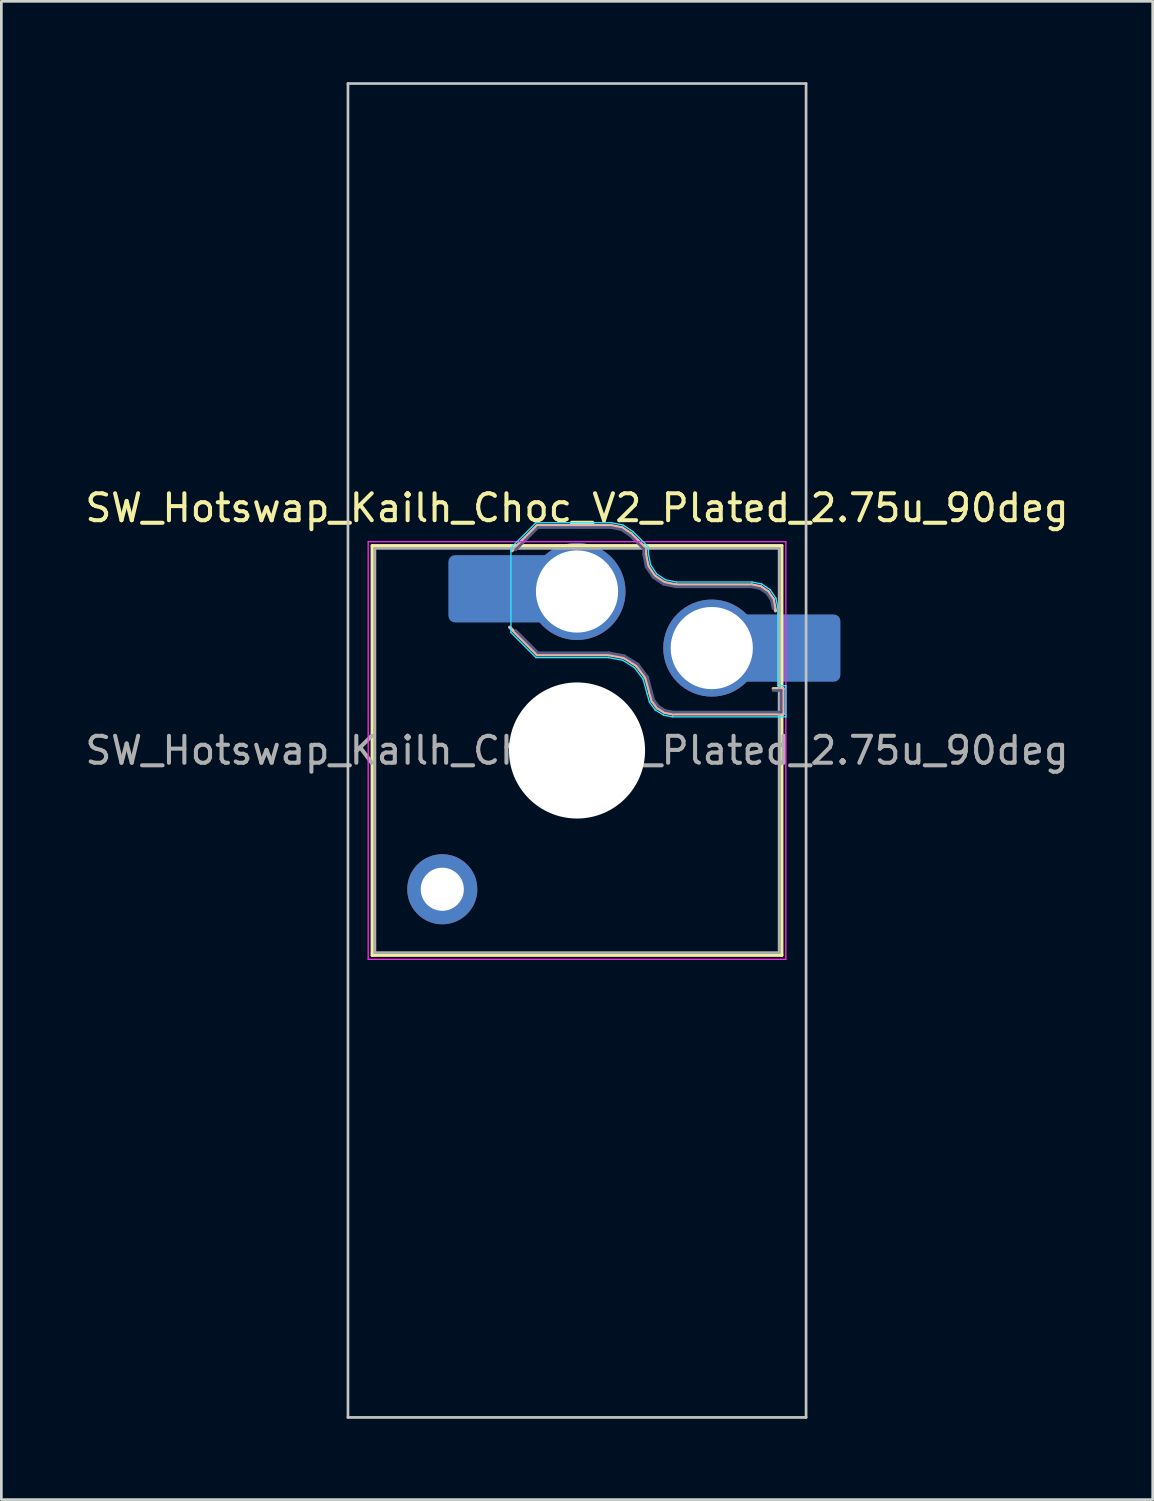
<source format=kicad_pcb>
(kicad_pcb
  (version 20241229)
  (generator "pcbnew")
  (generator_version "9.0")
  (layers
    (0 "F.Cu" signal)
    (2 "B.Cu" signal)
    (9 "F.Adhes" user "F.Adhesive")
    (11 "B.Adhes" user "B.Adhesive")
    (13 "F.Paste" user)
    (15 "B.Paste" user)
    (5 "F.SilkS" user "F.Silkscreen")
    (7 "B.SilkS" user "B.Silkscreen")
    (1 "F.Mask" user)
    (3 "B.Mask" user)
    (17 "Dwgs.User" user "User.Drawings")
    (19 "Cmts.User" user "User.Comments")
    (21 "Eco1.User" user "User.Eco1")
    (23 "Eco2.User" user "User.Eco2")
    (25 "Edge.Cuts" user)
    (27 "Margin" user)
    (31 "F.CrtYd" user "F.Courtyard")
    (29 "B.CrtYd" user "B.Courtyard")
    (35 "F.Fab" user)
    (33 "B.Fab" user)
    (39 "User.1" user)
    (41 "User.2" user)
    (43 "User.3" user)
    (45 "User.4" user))
  (footprint "SW_Hotswap_Kailh_Choc_V2_Plated_2.75u_90deg"
    (layer "F.Cu")
    (at 18.363 24.8)
    (property "Reference" "SW_Hotswap_Kailh_Choc_V2_Plated_2.75u_90deg" (at 0 -9 0) (layer "F.SilkS") (effects (font (size 1 1) (thickness 0.15))))
    (attr smd)
    (fp_line (start -7.6 -7.6) (end -7.6 7.6) (stroke (width 0.12) (type solid)) (layer "F.SilkS"))
    (fp_line (start -7.6 7.6) (end 7.6 7.6) (stroke (width 0.12) (type solid)) (layer "F.SilkS"))
    (fp_line (start 7.6 -7.6) (end -7.6 -7.6) (stroke (width 0.12) (type solid)) (layer "F.SilkS"))
    (fp_line (start 7.6 7.6) (end 7.6 -7.6) (stroke (width 0.12) (type solid)) (layer "F.SilkS"))
    (fp_line (start -2.416 -7.409) (end -1.479 -8.346) (stroke (width 0.12) (type solid)) (layer "B.SilkS"))
    (fp_line (start -1.479 -8.346) (end 1.268 -8.346) (stroke (width 0.12) (type solid)) (layer "B.SilkS"))
    (fp_line (start -1.479 -3.554) (end -2.5 -4.575) (stroke (width 0.12) (type solid)) (layer "B.SilkS"))
    (fp_line (start 1.168 -3.554) (end -1.479 -3.554) (stroke (width 0.12) (type solid)) (layer "B.SilkS"))
    (fp_line (start 1.268 -8.346) (end 1.671 -8.266) (stroke (width 0.12) (type solid)) (layer "B.SilkS"))
    (fp_line (start 1.671 -8.266) (end 2.013 -8.037) (stroke (width 0.12) (type solid)) (layer "B.SilkS"))
    (fp_line (start 1.73 -3.449) (end 1.168 -3.554) (stroke (width 0.12) (type solid)) (layer "B.SilkS"))
    (fp_line (start 2.013 -8.037) (end 2.546 -7.504) (stroke (width 0.12) (type solid)) (layer "B.SilkS"))
    (fp_line (start 2.209 -3.15) (end 1.73 -3.449) (stroke (width 0.12) (type solid)) (layer "B.SilkS"))
    (fp_line (start 2.546 -7.504) (end 2.546 -7.282) (stroke (width 0.12) (type solid)) (layer "B.SilkS"))
    (fp_line (start 2.546 -7.282) (end 2.633 -6.844) (stroke (width 0.12) (type solid)) (layer "B.SilkS"))
    (fp_line (start 2.547 -2.697) (end 2.209 -3.15) (stroke (width 0.12) (type solid)) (layer "B.SilkS"))
    (fp_line (start 2.633 -6.844) (end 2.877 -6.477) (stroke (width 0.12) (type solid)) (layer "B.SilkS"))
    (fp_line (start 2.701 -2.139) (end 2.547 -2.697) (stroke (width 0.12) (type solid)) (layer "B.SilkS"))
    (fp_line (start 2.783 -1.841) (end 2.701 -2.139) (stroke (width 0.12) (type solid)) (layer "B.SilkS"))
    (fp_line (start 2.877 -6.477) (end 3.244 -6.233) (stroke (width 0.12) (type solid)) (layer "B.SilkS"))
    (fp_line (start 2.976 -1.583) (end 2.783 -1.841) (stroke (width 0.12) (type solid)) (layer "B.SilkS"))
    (fp_line (start 3.244 -6.233) (end 3.682 -6.146) (stroke (width 0.12) (type solid)) (layer "B.SilkS"))
    (fp_line (start 3.25 -1.413) (end 2.976 -1.583) (stroke (width 0.12) (type solid)) (layer "B.SilkS"))
    (fp_line (start 3.56 -1.354) (end 3.25 -1.413) (stroke (width 0.12) (type solid)) (layer "B.SilkS"))
    (fp_line (start 3.682 -6.146) (end 6.482 -6.146) (stroke (width 0.12) (type solid)) (layer "B.SilkS"))
    (fp_line (start 6.482 -6.146) (end 6.809 -6.081) (stroke (width 0.12) (type solid)) (layer "B.SilkS"))
    (fp_line (start 6.809 -6.081) (end 7.092 -5.892) (stroke (width 0.12) (type solid)) (layer "B.SilkS"))
    (fp_line (start 7.092 -5.892) (end 7.281 -5.609) (stroke (width 0.12) (type solid)) (layer "B.SilkS"))
    (fp_line (start 7.281 -5.609) (end 7.366 -5.182) (stroke (width 0.12) (type solid)) (layer "B.SilkS"))
    (fp_line (start 7.283 -2.296) (end 7.646 -2.296) (stroke (width 0.12) (type solid)) (layer "B.SilkS"))
    (fp_line (start 7.646 -2.296) (end 7.646 -1.354) (stroke (width 0.12) (type solid)) (layer "B.SilkS"))
    (fp_line (start 7.646 -1.354) (end 3.56 -1.354) (stroke (width 0.12) (type solid)) (layer "B.SilkS"))
    (fp_line (start -8.5 -24.75) (end 8.5 -24.75) (stroke (width 0.1) (type solid)) (layer "Dwgs.User"))
    (fp_line (start -8.5 24.75) (end -8.5 -24.75) (stroke (width 0.1) (type solid)) (layer "Dwgs.User"))
    (fp_line (start 8.5 -24.75) (end 8.5 24.75) (stroke (width 0.1) (type solid)) (layer "Dwgs.User"))
    (fp_line (start 8.5 24.75) (end -8.5 24.75) (stroke (width 0.1) (type solid)) (layer "Dwgs.User"))
    (fp_line (start -7.25 -7.25) (end -7.25 7.25) (stroke (width 0.1) (type solid)) (layer "Eco1.User"))
    (fp_line (start -7.25 7.25) (end 7.25 7.25) (stroke (width 0.1) (type solid)) (layer "Eco1.User"))
    (fp_line (start 7.25 -7.25) (end -7.25 -7.25) (stroke (width 0.1) (type solid)) (layer "Eco1.User"))
    (fp_line (start 7.25 7.25) (end 7.25 -7.25) (stroke (width 0.1) (type solid)) (layer "Eco1.User"))
    (fp_line (start -2.452 -7.523) (end -1.523 -8.452) (stroke (width 0.05) (type solid)) (layer "B.CrtYd"))
    (fp_line (start -2.452 -4.377) (end -2.452 -7.523) (stroke (width 0.05) (type solid)) (layer "B.CrtYd"))
    (fp_line (start -1.523 -8.452) (end 1.278 -8.452) (stroke (width 0.05) (type solid)) (layer "B.CrtYd"))
    (fp_line (start -1.523 -3.448) (end -2.452 -4.377) (stroke (width 0.05) (type solid)) (layer "B.CrtYd"))
    (fp_line (start 1.159 -3.448) (end -1.523 -3.448) (stroke (width 0.05) (type solid)) (layer "B.CrtYd"))
    (fp_line (start 1.278 -8.452) (end 1.712 -8.366) (stroke (width 0.05) (type solid)) (layer "B.CrtYd"))
    (fp_line (start 1.691 -3.348) (end 1.159 -3.448) (stroke (width 0.05) (type solid)) (layer "B.CrtYd"))
    (fp_line (start 1.712 -8.366) (end 2.081 -8.119) (stroke (width 0.05) (type solid)) (layer "B.CrtYd"))
    (fp_line (start 2.081 -8.119) (end 2.652 -7.548) (stroke (width 0.05) (type solid)) (layer "B.CrtYd"))
    (fp_line (start 2.136 -3.071) (end 1.691 -3.348) (stroke (width 0.05) (type solid)) (layer "B.CrtYd"))
    (fp_line (start 2.45 -2.65) (end 2.136 -3.071) (stroke (width 0.05) (type solid)) (layer "B.CrtYd"))
    (fp_line (start 2.599 -2.111) (end 2.45 -2.65) (stroke (width 0.05) (type solid)) (layer "B.CrtYd"))
    (fp_line (start 2.652 -7.548) (end 2.652 -7.292) (stroke (width 0.05) (type solid)) (layer "B.CrtYd"))
    (fp_line (start 2.652 -7.292) (end 2.733 -6.885) (stroke (width 0.05) (type solid)) (layer "B.CrtYd"))
    (fp_line (start 2.687 -1.794) (end 2.599 -2.111) (stroke (width 0.05) (type solid)) (layer "B.CrtYd"))
    (fp_line (start 2.733 -6.885) (end 2.953 -6.553) (stroke (width 0.05) (type solid)) (layer "B.CrtYd"))
    (fp_line (start 2.903 -1.503) (end 2.687 -1.794) (stroke (width 0.05) (type solid)) (layer "B.CrtYd"))
    (fp_line (start 2.953 -6.553) (end 3.285 -6.333) (stroke (width 0.05) (type solid)) (layer "B.CrtYd"))
    (fp_line (start 3.211 -1.312) (end 2.903 -1.503) (stroke (width 0.05) (type solid)) (layer "B.CrtYd"))
    (fp_line (start 3.285 -6.333) (end 3.692 -6.252) (stroke (width 0.05) (type solid)) (layer "B.CrtYd"))
    (fp_line (start 3.55 -1.248) (end 3.211 -1.312) (stroke (width 0.05) (type solid)) (layer "B.CrtYd"))
    (fp_line (start 3.692 -6.252) (end 6.492 -6.252) (stroke (width 0.05) (type solid)) (layer "B.CrtYd"))
    (fp_line (start 6.492 -6.252) (end 6.85 -6.181) (stroke (width 0.05) (type solid)) (layer "B.CrtYd"))
    (fp_line (start 6.85 -6.181) (end 7.168 -5.968) (stroke (width 0.05) (type solid)) (layer "B.CrtYd"))
    (fp_line (start 7.168 -5.968) (end 7.381 -5.65) (stroke (width 0.05) (type solid)) (layer "B.CrtYd"))
    (fp_line (start 7.381 -5.65) (end 7.452 -5.292) (stroke (width 0.05) (type solid)) (layer "B.CrtYd"))
    (fp_line (start 7.452 -5.292) (end 7.452 -2.402) (stroke (width 0.05) (type solid)) (layer "B.CrtYd"))
    (fp_line (start 7.452 -2.402) (end 7.752 -2.402) (stroke (width 0.05) (type solid)) (layer "B.CrtYd"))
    (fp_line (start 7.752 -2.402) (end 7.752 -1.248) (stroke (width 0.05) (type solid)) (layer "B.CrtYd"))
    (fp_line (start 7.752 -1.248) (end 3.55 -1.248) (stroke (width 0.05) (type solid)) (layer "B.CrtYd"))
    (fp_line (start -7.75 -7.75) (end -7.75 7.75) (stroke (width 0.05) (type solid)) (layer "F.CrtYd"))
    (fp_line (start -7.75 7.75) (end 7.75 7.75) (stroke (width 0.05) (type solid)) (layer "F.CrtYd"))
    (fp_line (start 7.75 -7.75) (end -7.75 -7.75) (stroke (width 0.05) (type solid)) (layer "F.CrtYd"))
    (fp_line (start 7.75 7.75) (end 7.75 -7.75) (stroke (width 0.05) (type solid)) (layer "F.CrtYd"))
    (fp_line (start -2.275 -7.45) (end -1.45 -8.275) (stroke (width 0.1) (type solid)) (layer "B.Fab"))
    (fp_line (start -1.45 -8.275) (end 1.261 -8.275) (stroke (width 0.1) (type solid)) (layer "B.Fab"))
    (fp_line (start -1.45 -3.625) (end -2.275 -4.45) (stroke (width 0.1) (type solid)) (layer "B.Fab"))
    (fp_line (start 1.175 -3.625) (end -1.45 -3.625) (stroke (width 0.1) (type solid)) (layer "B.Fab"))
    (fp_line (start 1.261 -8.275) (end 1.643 -8.199) (stroke (width 0.1) (type solid)) (layer "B.Fab"))
    (fp_line (start 1.643 -8.199) (end 1.968 -7.982) (stroke (width 0.1) (type solid)) (layer "B.Fab"))
    (fp_line (start 1.756 -3.516) (end 1.175 -3.625) (stroke (width 0.1) (type solid)) (layer "B.Fab"))
    (fp_line (start 1.968 -7.982) (end 2.475 -7.475) (stroke (width 0.1) (type solid)) (layer "B.Fab"))
    (fp_line (start 2.258 -3.203) (end 1.756 -3.516) (stroke (width 0.1) (type solid)) (layer "B.Fab"))
    (fp_line (start 2.475 -7.475) (end 2.475 -7.275) (stroke (width 0.1) (type solid)) (layer "B.Fab"))
    (fp_line (start 2.475 -7.275) (end 2.566 -6.816) (stroke (width 0.1) (type solid)) (layer "B.Fab"))
    (fp_line (start 2.566 -6.816) (end 2.826 -6.426) (stroke (width 0.1) (type solid)) (layer "B.Fab"))
    (fp_line (start 2.612 -2.729) (end 2.258 -3.203) (stroke (width 0.1) (type solid)) (layer "B.Fab"))
    (fp_line (start 2.769 -2.158) (end 2.612 -2.729) (stroke (width 0.1) (type solid)) (layer "B.Fab"))
    (fp_line (start 2.826 -6.426) (end 3.216 -6.166) (stroke (width 0.1) (type solid)) (layer "B.Fab"))
    (fp_line (start 2.848 -1.873) (end 2.769 -2.158) (stroke (width 0.1) (type solid)) (layer "B.Fab"))
    (fp_line (start 3.025 -1.636) (end 2.848 -1.873) (stroke (width 0.1) (type solid)) (layer "B.Fab"))
    (fp_line (start 3.216 -6.166) (end 3.675 -6.075) (stroke (width 0.1) (type solid)) (layer "B.Fab"))
    (fp_line (start 3.276 -1.48) (end 3.025 -1.636) (stroke (width 0.1) (type solid)) (layer "B.Fab"))
    (fp_line (start 3.567 -1.425) (end 3.276 -1.48) (stroke (width 0.1) (type solid)) (layer "B.Fab"))
    (fp_line (start 3.675 -6.075) (end 6.475 -6.075) (stroke (width 0.1) (type solid)) (layer "B.Fab"))
    (fp_line (start 6.475 -6.075) (end 6.781 -6.014) (stroke (width 0.1) (type solid)) (layer "B.Fab"))
    (fp_line (start 6.781 -6.014) (end 7.041 -5.841) (stroke (width 0.1) (type solid)) (layer "B.Fab"))
    (fp_line (start 7.041 -5.841) (end 7.214 -5.581) (stroke (width 0.1) (type solid)) (layer "B.Fab"))
    (fp_line (start 7.214 -5.581) (end 7.275 -5.275) (stroke (width 0.1) (type solid)) (layer "B.Fab"))
    (fp_line (start 7.275 -2.225) (end 7.575 -2.225) (stroke (width 0.1) (type solid)) (layer "B.Fab"))
    (fp_line (start 7.575 -2.225) (end 7.575 -1.425) (stroke (width 0.1) (type solid)) (layer "B.Fab"))
    (fp_line (start 7.575 -1.425) (end 3.567 -1.425) (stroke (width 0.1) (type solid)) (layer "B.Fab"))
    (fp_line (start -7.5 -7.5) (end -7.5 7.5) (stroke (width 0.1) (type solid)) (layer "F.Fab"))
    (fp_line (start -7.5 7.5) (end 7.5 7.5) (stroke (width 0.1) (type solid)) (layer "F.Fab"))
    (fp_line (start 7.5 -7.5) (end -7.5 -7.5) (stroke (width 0.1) (type solid)) (layer "F.Fab"))
    (fp_line (start 7.5 7.5) (end 7.5 -7.5) (stroke (width 0.1) (type solid)) (layer "F.Fab"))
    (fp_text user "${REFERENCE}" (at 0 0 0) (layer "F.Fab") (effects (font (size 1 1) (thickness 0.15))))
    (pad "" thru_hole circle (at -5 5.15) (size 2.6 2.6) (drill 1.6) (layers "*.Cu" "*.Mask"))
    (pad "" smd roundrect (at -3.5 -6) (size 2.55 2.5) (layers "B.Mask" "B.Paste") (roundrect_rratio 0.1))
    (pad "" np_thru_hole circle (at 0 0) (size 5.05 5.05) (drill 5.05) (layers "*.Cu" "*.Mask"))
    (pad "" smd roundrect (at 8.5 -3.8) (size 2.55 2.5) (layers "B.Mask" "B.Paste") (roundrect_rratio 0.1))
    (pad "1" smd roundrect (at -2.85 -6) (size 3.85 2.5) (layers "B.Cu") (roundrect_rratio 0.1))
    (pad "1" thru_hole circle (at 0 -5.9) (size 3.6 3.6) (drill 3.05) (layers "*.Cu" "*.Mask"))
    (pad "2" thru_hole circle (at 5 -3.8) (size 3.6 3.6) (drill 3.05) (layers "*.Cu" "*.Mask"))
    (pad "2" smd roundrect (at 7.85 -3.8) (size 3.85 2.5) (layers "B.Cu") (roundrect_rratio 0.1)))
  (gr_rect
    (start -3 -3)
    (end 39.726 52.6)
    (stroke (width 0.1) (type default))
    (fill no)
    (layer "Edge.Cuts")))
</source>
